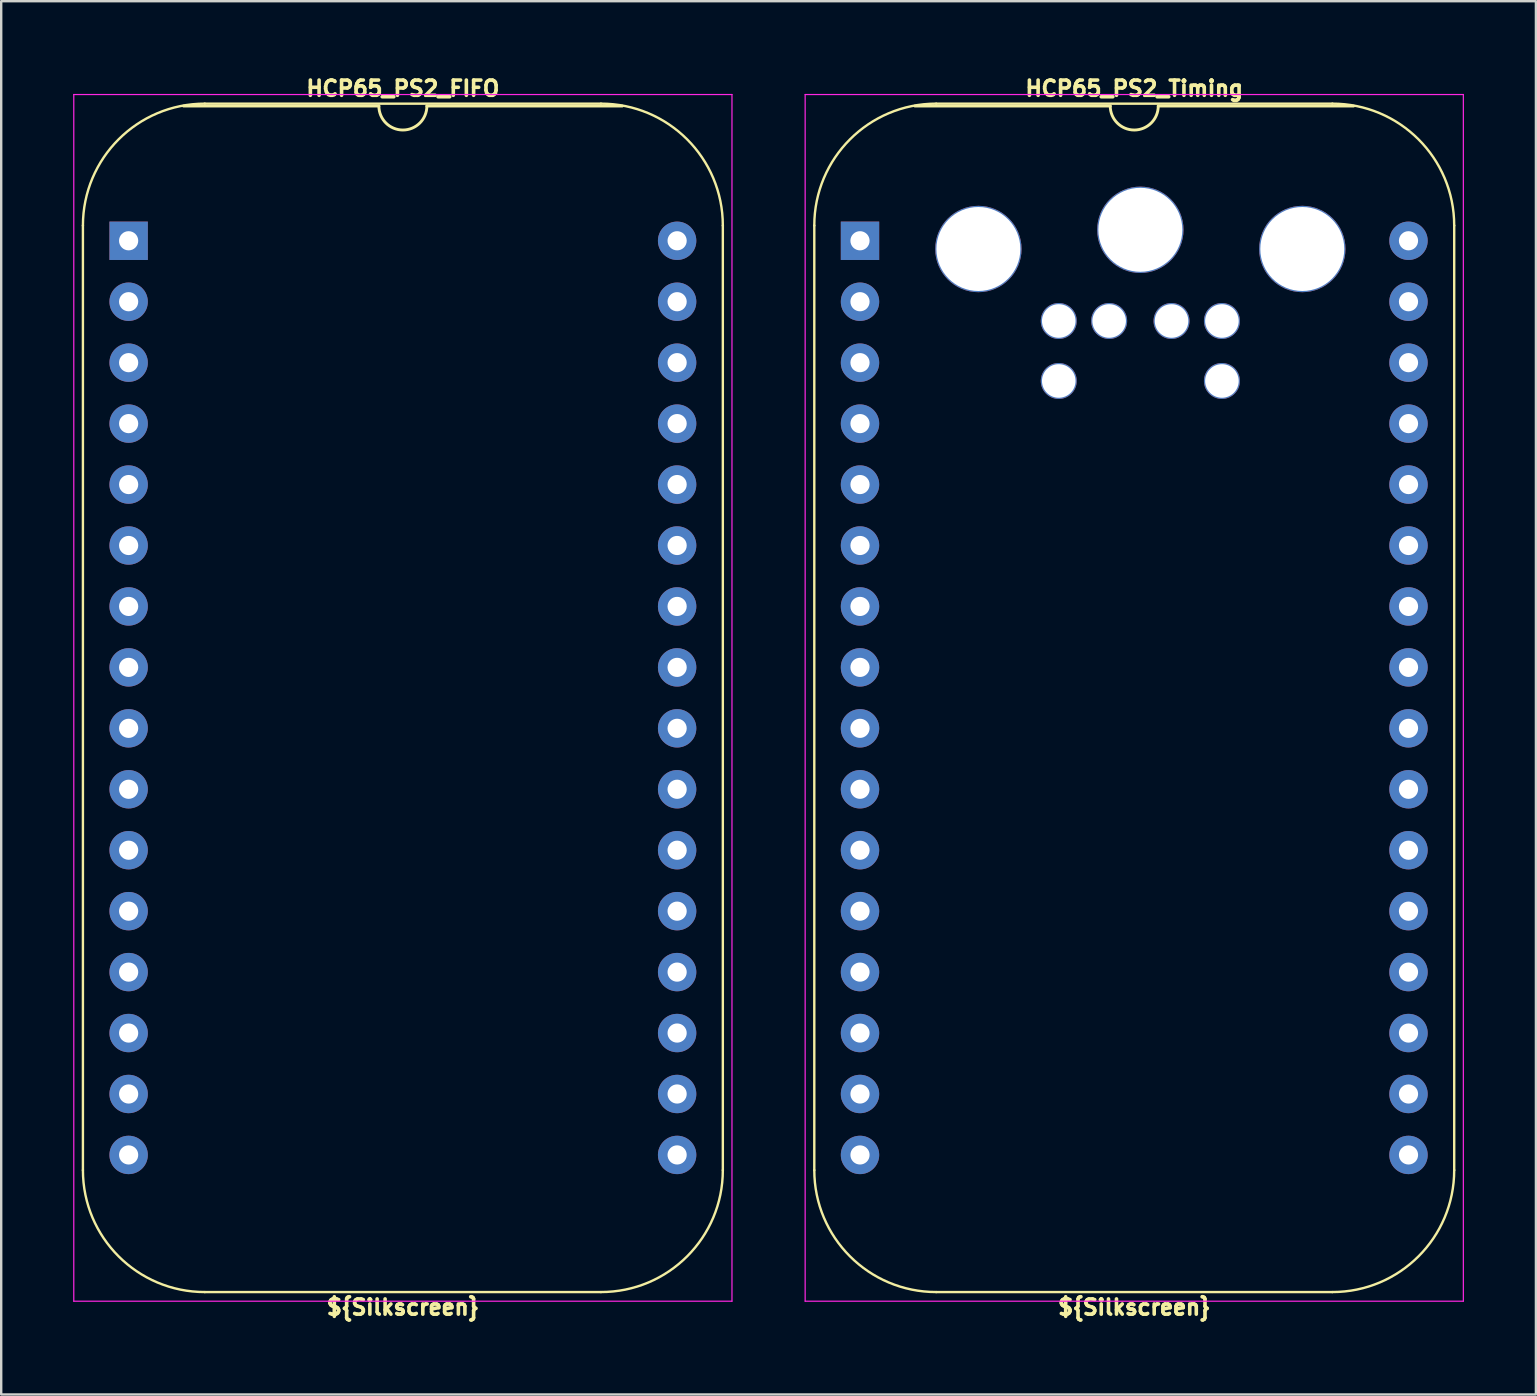
<source format=kicad_pcb>
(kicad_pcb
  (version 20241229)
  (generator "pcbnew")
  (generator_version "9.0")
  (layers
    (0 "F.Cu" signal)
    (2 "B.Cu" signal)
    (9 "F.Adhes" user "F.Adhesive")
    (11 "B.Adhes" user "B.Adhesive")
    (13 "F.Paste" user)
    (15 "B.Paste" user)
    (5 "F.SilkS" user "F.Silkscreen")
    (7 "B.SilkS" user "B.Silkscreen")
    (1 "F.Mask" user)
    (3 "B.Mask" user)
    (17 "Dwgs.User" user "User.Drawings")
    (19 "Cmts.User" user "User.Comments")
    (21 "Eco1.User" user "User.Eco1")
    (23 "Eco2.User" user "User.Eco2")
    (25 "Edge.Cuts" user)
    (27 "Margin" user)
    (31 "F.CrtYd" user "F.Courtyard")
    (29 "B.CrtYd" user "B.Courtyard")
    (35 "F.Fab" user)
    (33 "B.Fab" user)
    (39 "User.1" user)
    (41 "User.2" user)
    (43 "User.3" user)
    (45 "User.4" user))
  (footprint "HCP65_PS2_FIFO"
    (layer "F.Cu")
    (at 2.311 6.985)
    (property "Reference" "HCP65_PS2_FIFO" (at 11.43 -6.35 0) (layer "F.SilkS") (effects (font (size 0.635 0.635) (thickness 0.15))))
    (attr through_hole)
    (fp_line (start -1.905 -0.635) (end -1.905 38.735) (stroke (width 0.1) (type solid)) (layer "F.SilkS"))
    (fp_line (start 10.43 -5.616) (end 2.286 -5.616) (stroke (width 0.12) (type solid)) (layer "F.SilkS"))
    (fp_line (start 19.685 -5.715) (end 3.175 -5.715) (stroke (width 0.1) (type solid)) (layer "F.SilkS"))
    (fp_line (start 19.685 43.815) (end 3.175 43.815) (stroke (width 0.1) (type solid)) (layer "F.SilkS"))
    (fp_line (start 20.574 -5.616) (end 12.43 -5.616) (stroke (width 0.12) (type solid)) (layer "F.SilkS"))
    (fp_line (start 24.765 38.735) (end 24.765 -0.635) (stroke (width 0.1) (type solid)) (layer "F.SilkS"))
    (fp_arc (start -1.905 -0.635) (mid -0.417102 -4.227102) (end 3.175 -5.715) (stroke (width 0.1) (type solid)) (layer "F.SilkS"))
    (fp_arc (start 3.175 43.815) (mid -0.417102 42.327102) (end -1.905 38.735) (stroke (width 0.1) (type solid)) (layer "F.SilkS"))
    (fp_arc (start 12.43 -5.616) (mid 11.43 -4.616) (end 10.43 -5.616) (stroke (width 0.12) (type solid)) (layer "F.SilkS"))
    (fp_arc (start 19.685 -5.715) (mid 23.277102 -4.227102) (end 24.765 -0.635) (stroke (width 0.1) (type solid)) (layer "F.SilkS"))
    (fp_arc (start 24.765 38.735) (mid 23.277102 42.327102) (end 19.685 43.815) (stroke (width 0.1) (type solid)) (layer "F.SilkS"))
    (fp_line (start -2.286 -6.096) (end -2.286 44.196) (stroke (width 0.05) (type solid)) (layer "F.CrtYd"))
    (fp_line (start -2.286 -6.096) (end 25.146 -6.096) (stroke (width 0.05) (type solid)) (layer "F.CrtYd"))
    (fp_line (start -2.286 44.196) (end 25.146 44.196) (stroke (width 0.05) (type solid)) (layer "F.CrtYd"))
    (fp_line (start 25.146 44.196) (end 25.146 -6.096) (stroke (width 0.05) (type solid)) (layer "F.CrtYd"))
    (fp_text user "${Silkscreen}" (at 11.43 44.45 0) (layer "F.SilkS") (effects (font (size 0.635 0.635) (thickness 0.15))))
    (pad "1" thru_hole rect (at 0 0) (size 1.6 1.6) (drill 0.8) (layers "*.Cu" "*.Mask"))
    (pad "2" thru_hole oval (at 0 2.54) (size 1.6 1.6) (drill 0.8) (layers "*.Cu" "*.Mask"))
    (pad "3" thru_hole oval (at 0 5.08) (size 1.6 1.6) (drill 0.8) (layers "*.Cu" "*.Mask"))
    (pad "4" thru_hole oval (at 0 7.62) (size 1.6 1.6) (drill 0.8) (layers "*.Cu" "*.Mask"))
    (pad "5" thru_hole oval (at 0 10.16) (size 1.6 1.6) (drill 0.8) (layers "*.Cu" "*.Mask"))
    (pad "6" thru_hole oval (at 0 12.7) (size 1.6 1.6) (drill 0.8) (layers "*.Cu" "*.Mask"))
    (pad "7" thru_hole oval (at 0 15.24) (size 1.6 1.6) (drill 0.8) (layers "*.Cu" "*.Mask"))
    (pad "8" thru_hole oval (at 0 17.78) (size 1.6 1.6) (drill 0.8) (layers "*.Cu" "*.Mask"))
    (pad "9" thru_hole oval (at 0 20.32) (size 1.6 1.6) (drill 0.8) (layers "*.Cu" "*.Mask"))
    (pad "10" thru_hole oval (at 0 22.86) (size 1.6 1.6) (drill 0.8) (layers "*.Cu" "*.Mask"))
    (pad "11" thru_hole oval (at 0 25.4) (size 1.6 1.6) (drill 0.8) (layers "*.Cu" "*.Mask"))
    (pad "12" thru_hole oval (at 0 27.94) (size 1.6 1.6) (drill 0.8) (layers "*.Cu" "*.Mask"))
    (pad "13" thru_hole oval (at 0 30.48) (size 1.6 1.6) (drill 0.8) (layers "*.Cu" "*.Mask"))
    (pad "14" thru_hole oval (at 0 33.02) (size 1.6 1.6) (drill 0.8) (layers "*.Cu" "*.Mask"))
    (pad "15" thru_hole oval (at 0 35.56) (size 1.6 1.6) (drill 0.8) (layers "*.Cu" "*.Mask"))
    (pad "16" thru_hole oval (at 0 38.1) (size 1.6 1.6) (drill 0.8) (layers "*.Cu" "*.Mask"))
    (pad "17" thru_hole oval (at 22.86 38.1) (size 1.6 1.6) (drill 0.8) (layers "*.Cu" "*.Mask"))
    (pad "18" thru_hole oval (at 22.86 35.56) (size 1.6 1.6) (drill 0.8) (layers "*.Cu" "*.Mask"))
    (pad "19" thru_hole oval (at 22.86 33.02) (size 1.6 1.6) (drill 0.8) (layers "*.Cu" "*.Mask"))
    (pad "20" thru_hole oval (at 22.86 30.48) (size 1.6 1.6) (drill 0.8) (layers "*.Cu" "*.Mask"))
    (pad "21" thru_hole oval (at 22.86 27.94) (size 1.6 1.6) (drill 0.8) (layers "*.Cu" "*.Mask"))
    (pad "22" thru_hole oval (at 22.86 25.4) (size 1.6 1.6) (drill 0.8) (layers "*.Cu" "*.Mask"))
    (pad "23" thru_hole oval (at 22.86 22.86) (size 1.6 1.6) (drill 0.8) (layers "*.Cu" "*.Mask"))
    (pad "24" thru_hole oval (at 22.86 20.32) (size 1.6 1.6) (drill 0.8) (layers "*.Cu" "*.Mask"))
    (pad "25" thru_hole oval (at 22.86 17.78) (size 1.6 1.6) (drill 0.8) (layers "*.Cu" "*.Mask"))
    (pad "26" thru_hole oval (at 22.86 15.24) (size 1.6 1.6) (drill 0.8) (layers "*.Cu" "*.Mask"))
    (pad "27" thru_hole oval (at 22.86 12.7) (size 1.6 1.6) (drill 0.8) (layers "*.Cu" "*.Mask"))
    (pad "28" thru_hole oval (at 22.86 10.16) (size 1.6 1.6) (drill 0.8) (layers "*.Cu" "*.Mask"))
    (pad "29" thru_hole oval (at 22.86 7.62) (size 1.6 1.6) (drill 0.8) (layers "*.Cu" "*.Mask"))
    (pad "30" thru_hole oval (at 22.86 5.08) (size 1.6 1.6) (drill 0.8) (layers "*.Cu" "*.Mask"))
    (pad "31" thru_hole oval (at 22.86 2.54) (size 1.6 1.6) (drill 0.8) (layers "*.Cu" "*.Mask"))
    (pad "32" thru_hole oval (at 22.86 0) (size 1.6 1.6) (drill 0.8) (layers "*.Cu" "*.Mask")))
  (footprint "HCP65_PS2_Timing"
    (layer "F.Cu")
    (at 32.793 6.985)
    (property "Reference" "HCP65_PS2_Timing" (at 11.43 -6.35 0) (layer "F.SilkS") (effects (font (size 0.635 0.635) (thickness 0.15))))
    (attr through_hole)
    (fp_line (start -1.905 -0.635) (end -1.905 38.735) (stroke (width 0.1) (type solid)) (layer "F.SilkS"))
    (fp_line (start 10.43 -5.616) (end 2.286 -5.616) (stroke (width 0.12) (type solid)) (layer "F.SilkS"))
    (fp_line (start 19.685 -5.715) (end 3.175 -5.715) (stroke (width 0.1) (type solid)) (layer "F.SilkS"))
    (fp_line (start 19.685 43.815) (end 3.175 43.815) (stroke (width 0.1) (type solid)) (layer "F.SilkS"))
    (fp_line (start 20.574 -5.616) (end 12.43 -5.616) (stroke (width 0.12) (type solid)) (layer "F.SilkS"))
    (fp_line (start 24.765 38.735) (end 24.765 -0.635) (stroke (width 0.1) (type solid)) (layer "F.SilkS"))
    (fp_arc (start -1.905 -0.635) (mid -0.417102 -4.227102) (end 3.175 -5.715) (stroke (width 0.1) (type solid)) (layer "F.SilkS"))
    (fp_arc (start 3.175 43.815) (mid -0.417102 42.327102) (end -1.905 38.735) (stroke (width 0.1) (type solid)) (layer "F.SilkS"))
    (fp_arc (start 12.43 -5.616) (mid 11.43 -4.616) (end 10.43 -5.616) (stroke (width 0.12) (type solid)) (layer "F.SilkS"))
    (fp_arc (start 19.685 -5.715) (mid 23.277102 -4.227102) (end 24.765 -0.635) (stroke (width 0.1) (type solid)) (layer "F.SilkS"))
    (fp_arc (start 24.765 38.735) (mid 23.277102 42.327102) (end 19.685 43.815) (stroke (width 0.1) (type solid)) (layer "F.SilkS"))
    (fp_line (start -2.286 -6.096) (end -2.286 44.196) (stroke (width 0.05) (type solid)) (layer "F.CrtYd"))
    (fp_line (start -2.286 -6.096) (end 25.146 -6.096) (stroke (width 0.05) (type solid)) (layer "F.CrtYd"))
    (fp_line (start -2.286 44.196) (end 25.146 44.196) (stroke (width 0.05) (type solid)) (layer "F.CrtYd"))
    (fp_line (start 25.146 44.196) (end 25.146 -6.096) (stroke (width 0.05) (type solid)) (layer "F.CrtYd"))
    (fp_text user "${Silkscreen}" (at 11.43 44.45 0) (layer "F.SilkS") (effects (font (size 0.635 0.635) (thickness 0.15))))
    (pad "" thru_hole circle (at 4.934 0.343) (size 3.6 3.6) (drill 3.5) (layers "*.Cu" "*.Mask"))
    (pad "" thru_hole circle (at 8.284 3.343) (size 1.5 1.5) (drill 1.4) (layers "*.Cu" "*.Mask"))
    (pad "" thru_hole circle (at 8.284 5.843) (size 1.5 1.5) (drill 1.4) (layers "*.Cu" "*.Mask"))
    (pad "" thru_hole circle (at 10.384 3.343) (size 1.5 1.5) (drill 1.4) (layers "*.Cu" "*.Mask"))
    (pad "" thru_hole circle (at 11.684 -0.457) (size 3.6 3.6) (drill 3.5) (layers "*.Cu" "*.Mask"))
    (pad "" thru_hole circle (at 12.984 3.343) (size 1.5 1.5) (drill 1.4) (layers "*.Cu" "*.Mask"))
    (pad "" thru_hole circle (at 15.084 3.343) (size 1.5 1.5) (drill 1.4) (layers "*.Cu" "*.Mask"))
    (pad "" thru_hole circle (at 15.084 5.843) (size 1.5 1.5) (drill 1.4) (layers "*.Cu" "*.Mask"))
    (pad "" thru_hole circle (at 18.434 0.343) (size 3.6 3.6) (drill 3.5) (layers "*.Cu" "*.Mask"))
    (pad "1" thru_hole rect (at 0 0) (size 1.6 1.6) (drill 0.8) (layers "*.Cu" "*.Mask"))
    (pad "2" thru_hole oval (at 0 2.54) (size 1.6 1.6) (drill 0.8) (layers "*.Cu" "*.Mask"))
    (pad "3" thru_hole oval (at 0 5.08) (size 1.6 1.6) (drill 0.8) (layers "*.Cu" "*.Mask"))
    (pad "4" thru_hole oval (at 0 7.62) (size 1.6 1.6) (drill 0.8) (layers "*.Cu" "*.Mask"))
    (pad "5" thru_hole oval (at 0 10.16) (size 1.6 1.6) (drill 0.8) (layers "*.Cu" "*.Mask"))
    (pad "6" thru_hole oval (at 0 12.7) (size 1.6 1.6) (drill 0.8) (layers "*.Cu" "*.Mask"))
    (pad "7" thru_hole oval (at 0 15.24) (size 1.6 1.6) (drill 0.8) (layers "*.Cu" "*.Mask"))
    (pad "8" thru_hole oval (at 0 17.78) (size 1.6 1.6) (drill 0.8) (layers "*.Cu" "*.Mask"))
    (pad "9" thru_hole oval (at 0 20.32) (size 1.6 1.6) (drill 0.8) (layers "*.Cu" "*.Mask"))
    (pad "10" thru_hole oval (at 0 22.86) (size 1.6 1.6) (drill 0.8) (layers "*.Cu" "*.Mask"))
    (pad "11" thru_hole oval (at 0 25.4) (size 1.6 1.6) (drill 0.8) (layers "*.Cu" "*.Mask"))
    (pad "12" thru_hole oval (at 0 27.94) (size 1.6 1.6) (drill 0.8) (layers "*.Cu" "*.Mask"))
    (pad "13" thru_hole oval (at 0 30.48) (size 1.6 1.6) (drill 0.8) (layers "*.Cu" "*.Mask"))
    (pad "14" thru_hole oval (at 0 33.02) (size 1.6 1.6) (drill 0.8) (layers "*.Cu" "*.Mask"))
    (pad "15" thru_hole oval (at 0 35.56) (size 1.6 1.6) (drill 0.8) (layers "*.Cu" "*.Mask"))
    (pad "16" thru_hole oval (at 0 38.1) (size 1.6 1.6) (drill 0.8) (layers "*.Cu" "*.Mask"))
    (pad "17" thru_hole oval (at 22.86 38.1) (size 1.6 1.6) (drill 0.8) (layers "*.Cu" "*.Mask"))
    (pad "18" thru_hole oval (at 22.86 35.56) (size 1.6 1.6) (drill 0.8) (layers "*.Cu" "*.Mask"))
    (pad "19" thru_hole oval (at 22.86 33.02) (size 1.6 1.6) (drill 0.8) (layers "*.Cu" "*.Mask"))
    (pad "20" thru_hole oval (at 22.86 30.48) (size 1.6 1.6) (drill 0.8) (layers "*.Cu" "*.Mask"))
    (pad "21" thru_hole oval (at 22.86 27.94) (size 1.6 1.6) (drill 0.8) (layers "*.Cu" "*.Mask"))
    (pad "22" thru_hole oval (at 22.86 25.4) (size 1.6 1.6) (drill 0.8) (layers "*.Cu" "*.Mask"))
    (pad "23" thru_hole oval (at 22.86 22.86) (size 1.6 1.6) (drill 0.8) (layers "*.Cu" "*.Mask"))
    (pad "24" thru_hole oval (at 22.86 20.32) (size 1.6 1.6) (drill 0.8) (layers "*.Cu" "*.Mask"))
    (pad "25" thru_hole oval (at 22.86 17.78) (size 1.6 1.6) (drill 0.8) (layers "*.Cu" "*.Mask"))
    (pad "26" thru_hole oval (at 22.86 15.24) (size 1.6 1.6) (drill 0.8) (layers "*.Cu" "*.Mask"))
    (pad "27" thru_hole oval (at 22.86 12.7) (size 1.6 1.6) (drill 0.8) (layers "*.Cu" "*.Mask"))
    (pad "28" thru_hole oval (at 22.86 10.16) (size 1.6 1.6) (drill 0.8) (layers "*.Cu" "*.Mask"))
    (pad "29" thru_hole oval (at 22.86 7.62) (size 1.6 1.6) (drill 0.8) (layers "*.Cu" "*.Mask"))
    (pad "30" thru_hole oval (at 22.86 5.08) (size 1.6 1.6) (drill 0.8) (layers "*.Cu" "*.Mask"))
    (pad "31" thru_hole oval (at 22.86 2.54) (size 1.6 1.6) (drill 0.8) (layers "*.Cu" "*.Mask"))
    (pad "32" thru_hole oval (at 22.86 0) (size 1.6 1.6) (drill 0.8) (layers "*.Cu" "*.Mask")))
  (gr_rect
    (start -3 -3)
    (end 60.964 55.069)
    (stroke (width 0.1) (type default))
    (fill no)
    (layer "Edge.Cuts")))
</source>
